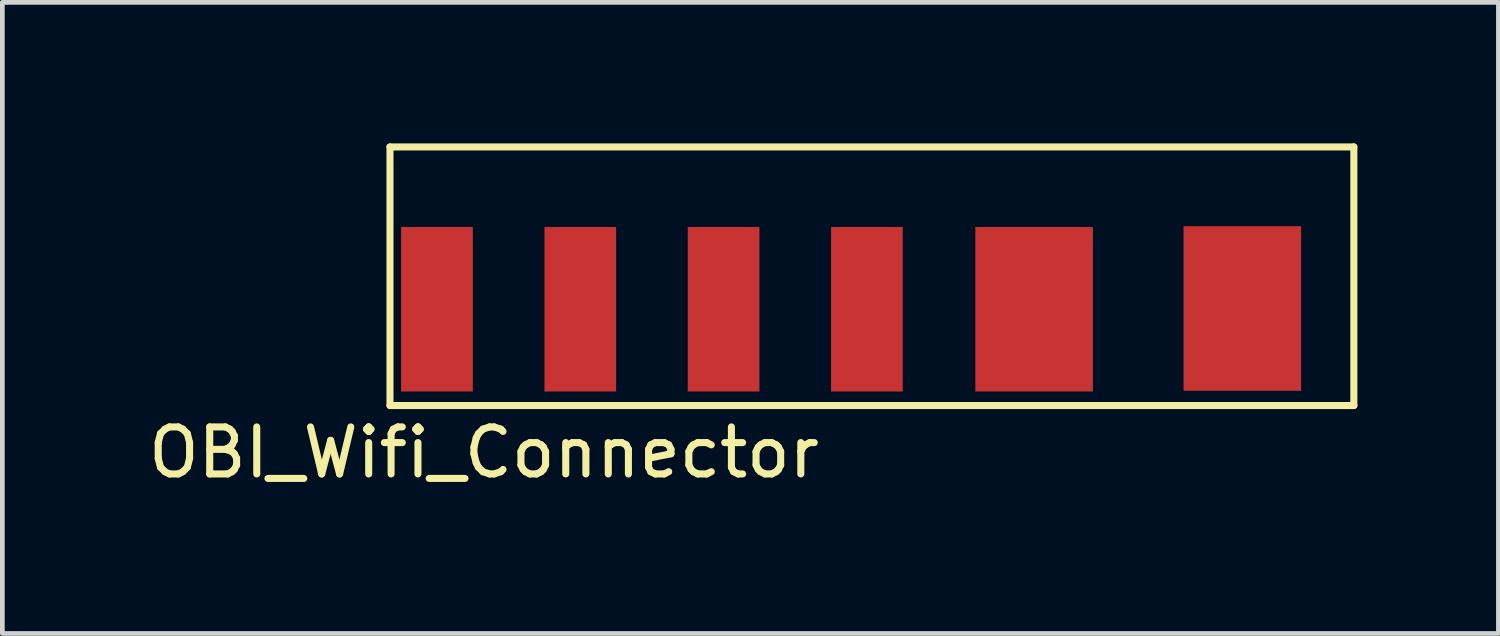
<source format=kicad_pcb>
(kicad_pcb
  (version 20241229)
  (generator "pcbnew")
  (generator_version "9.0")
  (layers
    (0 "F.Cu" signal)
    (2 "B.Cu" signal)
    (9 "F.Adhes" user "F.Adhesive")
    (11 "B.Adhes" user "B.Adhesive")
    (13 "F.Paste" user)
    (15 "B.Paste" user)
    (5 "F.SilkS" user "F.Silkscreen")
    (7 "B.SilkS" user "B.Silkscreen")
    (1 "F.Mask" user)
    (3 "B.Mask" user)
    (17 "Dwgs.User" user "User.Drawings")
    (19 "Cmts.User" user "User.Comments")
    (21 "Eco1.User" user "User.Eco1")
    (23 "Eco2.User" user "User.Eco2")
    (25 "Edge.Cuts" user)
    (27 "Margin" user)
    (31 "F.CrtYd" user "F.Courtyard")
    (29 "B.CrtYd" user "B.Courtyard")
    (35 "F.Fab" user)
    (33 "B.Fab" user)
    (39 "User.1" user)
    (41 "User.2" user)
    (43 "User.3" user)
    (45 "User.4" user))
  (footprint "OBI_Wifi_Connector"
    (layer "F.Cu")
    (at 15.244 3.575)
    (property "Reference" "OBI_Wifi_Connector" (at -8 3 0) (layer "F.SilkS") (effects (font (size 1 1) (thickness 0.15))))
    (attr through_hole)
    (fp_line (start -10 -3.5) (end -10 2) (stroke (width 0.15) (type solid)) (layer "F.SilkS"))
    (fp_line (start -10 2) (end 10.5 2) (stroke (width 0.15) (type solid)) (layer "F.SilkS"))
    (fp_line (start 10.5 -3.5) (end -10 -3.5) (stroke (width 0.15) (type solid)) (layer "F.SilkS"))
    (fp_line (start 10.5 2) (end 10.5 -3.5) (stroke (width 0.15) (type solid)) (layer "F.SilkS"))
    (pad "1" smd rect (at -9 -0.048) (size 1.524 3.5) (layers "F.Cu" "F.Mask" "F.Paste"))
    (pad "2" smd rect (at -5.952 -0.048) (size 1.524 3.5) (layers "F.Cu" "F.Mask" "F.Paste"))
    (pad "3" smd rect (at -2.904 -0.048) (size 1.524 3.5) (layers "F.Cu" "F.Mask" "F.Paste"))
    (pad "4" smd rect (at 0.144 -0.048) (size 1.524 3.5) (layers "F.Cu" "F.Mask" "F.Paste"))
    (pad "5" smd rect (at 3.7 -0.048) (size 2.5 3.5) (layers "F.Cu" "F.Mask" "F.Paste"))
    (pad "6" smd rect (at 8.128 -0.064) (size 2.5 3.5) (layers "F.Cu" "F.Mask" "F.Paste")))
  (gr_rect
    (start -3 -3)
    (end 28.819 10.423)
    (stroke (width 0.1) (type default))
    (fill no)
    (layer "Edge.Cuts")))
</source>
